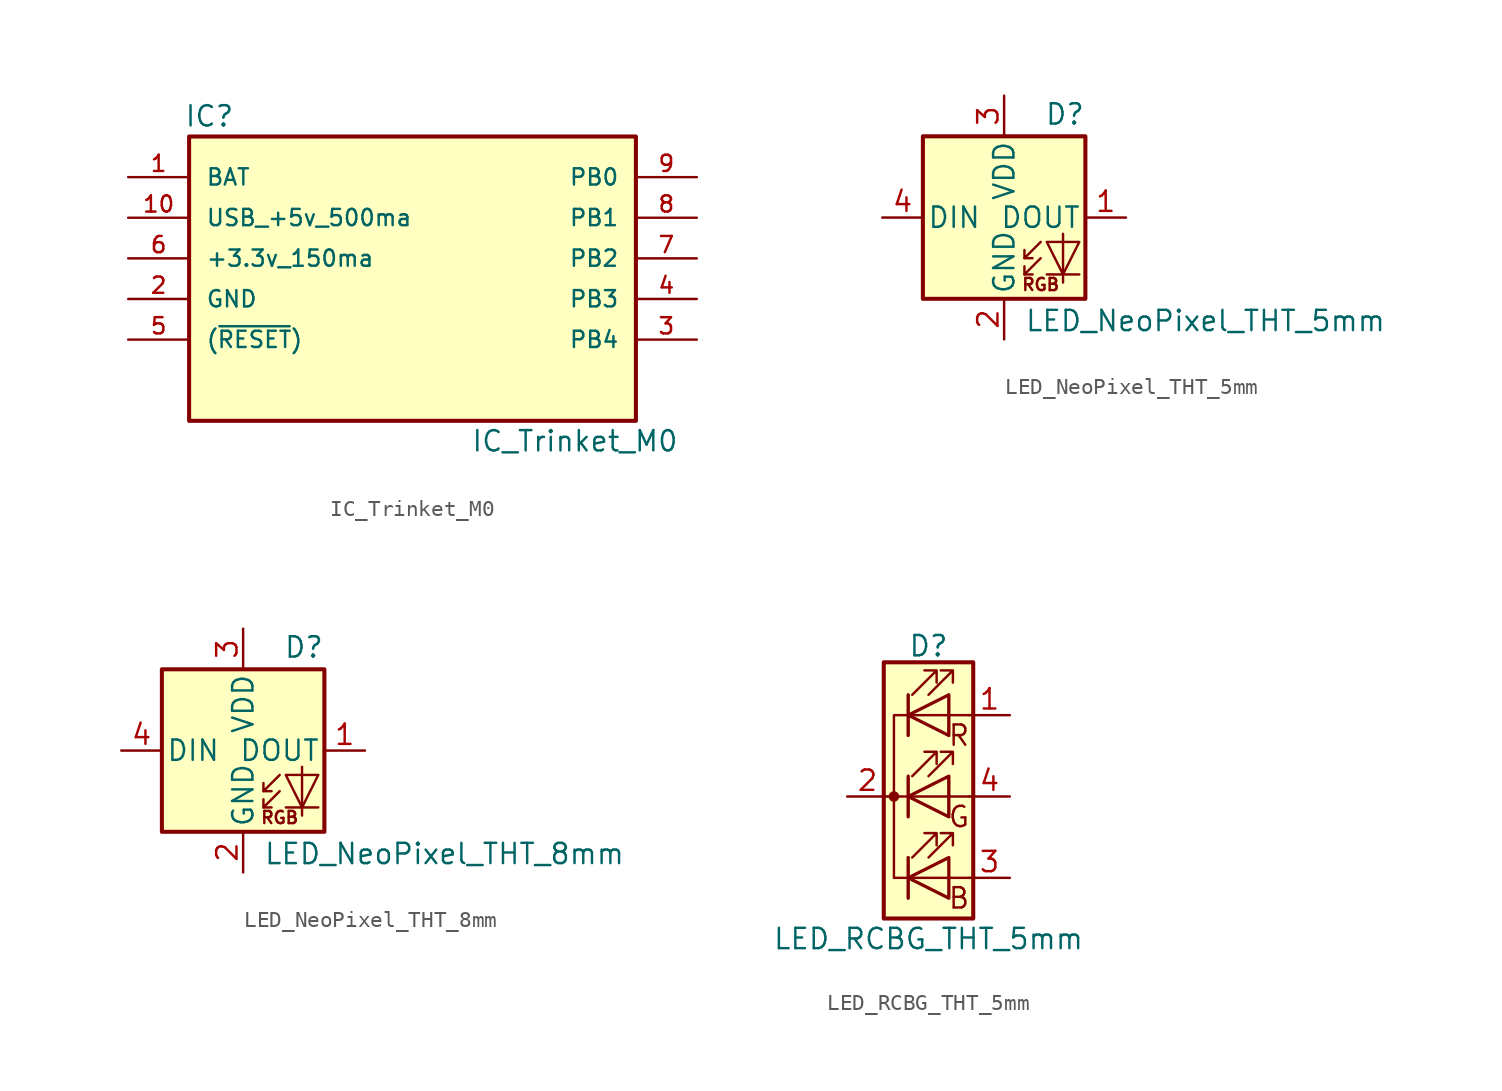
<source format=kicad_sym>
(kicad_symbol_lib
  (version 20211014)
  (generator kicad_symbol_editor)
  (symbol "IC_Trinket_M0"
    (pin_names
      (offset 1.016))
    (property "Reference" "IC"
      (at -12.7 10.16 0)
      (effects (font (size 1.27 1.27))))
    (property "Value" "IC_Trinket_M0"
      (at 10.16 -10.16 0)
      (effects (font (size 1.27 1.27))))
    (symbol "IC_Trinket_M0_0_1"
      (rectangle (start -13.97 8.89) (end 13.97 -8.89) (stroke (width 0.254) (type default) (color 0 0 0 0)) (fill (type background))))
    (symbol "IC_Trinket_M0_1_1"
      (pin power_in line (at -17.78 6.35 0) (length 3.81) (name "BAT" (effects (font (size 1.016 1.016)))) (number "1" (effects (font (size 1.016 1.016)))))
      (pin output line (at -17.78 3.81 0) (length 3.81) (name "USB_+5v_500ma" (effects (font (size 1.016 1.016)))) (number "10" (effects (font (size 1.016 1.016)))))
      (pin power_in line (at -17.78 -1.27 0) (length 3.81) (name "GND" (effects (font (size 1.016 1.016)))) (number "2" (effects (font (size 1.016 1.016)))))
      (pin bidirectional line (at 17.78 -3.81 180) (length 3.81) (name "PB4" (effects (font (size 1.016 1.016)))) (number "3" (effects (font (size 1.016 1.016)))))
      (pin bidirectional line (at 17.78 -1.27 180) (length 3.81) (name "PB3" (effects (font (size 1.016 1.016)))) (number "4" (effects (font (size 1.016 1.016)))))
      (pin input line (at -17.78 -3.81 0) (length 3.81) (name "(~{RESET})" (effects (font (size 1.016 1.016)))) (number "5" (effects (font (size 1.016 1.016)))))
      (pin output line (at -17.78 1.27 0) (length 3.81) (name "+3.3v_150ma" (effects (font (size 1.016 1.016)))) (number "6" (effects (font (size 1.016 1.016)))))
      (pin output line (at 17.78 1.27 180) (length 3.81) (name "PB2" (effects (font (size 1.016 1.016)))) (number "7" (effects (font (size 1.016 1.016)))))
      (pin bidirectional line (at 17.78 3.81 180) (length 3.81) (name "PB1" (effects (font (size 1.016 1.016)))) (number "8" (effects (font (size 1.016 1.016)))))
      (pin bidirectional line (at 17.78 6.35 180) (length 3.81) (name "PB0" (effects (font (size 1.016 1.016)))) (number "9" (effects (font (size 1.016 1.016)))))))
  (symbol "LED_NeoPixel_THT_5mm"
    (pin_names
      (offset 0.254))
    (property "Reference" "D"
      (at 5.08 5.715 0)
      (effects (font (size 1.27 1.27)) (justify right bottom)))
    (property "Value" "LED_NeoPixel_THT_5mm"
      (at 1.27 -5.715 0)
      (effects (font (size 1.27 1.27)) (justify left top)))
    (symbol "LED_NeoPixel_THT_5mm_0_0"
      (text "RGB" (at 2.286 -4.191 0) (effects (font (size 0.762 0.762)))))
    (symbol "LED_NeoPixel_THT_5mm_0_1"
      (polyline (pts (xy 1.27 -3.556) (xy 1.778 -3.556)) (stroke (width 0) (type default) (color 0 0 0 0)) (fill (type none)))
      (polyline (pts (xy 1.27 -2.54) (xy 1.778 -2.54)) (stroke (width 0) (type default) (color 0 0 0 0)) (fill (type none)))
      (polyline (pts (xy 4.699 -3.556) (xy 2.667 -3.556)) (stroke (width 0) (type default) (color 0 0 0 0)) (fill (type none)))
      (polyline (pts (xy 2.286 -2.54) (xy 1.27 -3.556) (xy 1.27 -3.048)) (stroke (width 0) (type default) (color 0 0 0 0)) (fill (type none)))
      (polyline (pts (xy 2.286 -1.524) (xy 1.27 -2.54) (xy 1.27 -2.032)) (stroke (width 0) (type default) (color 0 0 0 0)) (fill (type none)))
      (polyline (pts (xy 3.683 -1.016) (xy 3.683 -3.556) (xy 3.683 -4.064)) (stroke (width 0) (type default) (color 0 0 0 0)) (fill (type none)))
      (polyline (pts (xy 4.699 -1.524) (xy 2.667 -1.524) (xy 3.683 -3.556) (xy 4.699 -1.524)) (stroke (width 0) (type default) (color 0 0 0 0)) (fill (type none)))
      (rectangle (start 5.08 5.08) (end -5.08 -5.08) (stroke (width 0.254) (type default) (color 0 0 0 0)) (fill (type background))))
    (symbol "LED_NeoPixel_THT_5mm_1_1"
      (pin output line (at 7.62 0 180) (length 2.54) (name "DOUT" (effects (font (size 1.27 1.27)))) (number "1" (effects (font (size 1.27 1.27)))))
      (pin power_in line (at 0 -7.62 90) (length 2.54) (name "GND" (effects (font (size 1.27 1.27)))) (number "2" (effects (font (size 1.27 1.27)))))
      (pin power_in line (at 0 7.62 270) (length 2.54) (name "VDD" (effects (font (size 1.27 1.27)))) (number "3" (effects (font (size 1.27 1.27)))))
      (pin input line (at -7.62 0 0) (length 2.54) (name "DIN" (effects (font (size 1.27 1.27)))) (number "4" (effects (font (size 1.27 1.27)))))))
  (symbol "LED_NeoPixel_THT_8mm"
    (pin_names
      (offset 0.254))
    (property "Reference" "D"
      (at 5.08 5.715 0)
      (effects (font (size 1.27 1.27)) (justify right bottom)))
    (property "Value" "LED_NeoPixel_THT_8mm"
      (at 1.27 -5.715 0)
      (effects (font (size 1.27 1.27)) (justify left top)))
    (symbol "LED_NeoPixel_THT_8mm_0_0"
      (text "RGB" (at 2.286 -4.191 0) (effects (font (size 0.762 0.762)))))
    (symbol "LED_NeoPixel_THT_8mm_0_1"
      (polyline (pts (xy 1.27 -3.556) (xy 1.778 -3.556)) (stroke (width 0) (type default) (color 0 0 0 0)) (fill (type none)))
      (polyline (pts (xy 1.27 -2.54) (xy 1.778 -2.54)) (stroke (width 0) (type default) (color 0 0 0 0)) (fill (type none)))
      (polyline (pts (xy 4.699 -3.556) (xy 2.667 -3.556)) (stroke (width 0) (type default) (color 0 0 0 0)) (fill (type none)))
      (polyline (pts (xy 2.286 -2.54) (xy 1.27 -3.556) (xy 1.27 -3.048)) (stroke (width 0) (type default) (color 0 0 0 0)) (fill (type none)))
      (polyline (pts (xy 2.286 -1.524) (xy 1.27 -2.54) (xy 1.27 -2.032)) (stroke (width 0) (type default) (color 0 0 0 0)) (fill (type none)))
      (polyline (pts (xy 3.683 -1.016) (xy 3.683 -3.556) (xy 3.683 -4.064)) (stroke (width 0) (type default) (color 0 0 0 0)) (fill (type none)))
      (polyline (pts (xy 4.699 -1.524) (xy 2.667 -1.524) (xy 3.683 -3.556) (xy 4.699 -1.524)) (stroke (width 0) (type default) (color 0 0 0 0)) (fill (type none)))
      (rectangle (start 5.08 5.08) (end -5.08 -5.08) (stroke (width 0.254) (type default) (color 0 0 0 0)) (fill (type background))))
    (symbol "LED_NeoPixel_THT_8mm_1_1"
      (pin output line (at 7.62 0 180) (length 2.54) (name "DOUT" (effects (font (size 1.27 1.27)))) (number "1" (effects (font (size 1.27 1.27)))))
      (pin power_in line (at 0 -7.62 90) (length 2.54) (name "GND" (effects (font (size 1.27 1.27)))) (number "2" (effects (font (size 1.27 1.27)))))
      (pin power_in line (at 0 7.62 270) (length 2.54) (name "VDD" (effects (font (size 1.27 1.27)))) (number "3" (effects (font (size 1.27 1.27)))))
      (pin input line (at -7.62 0 0) (length 2.54) (name "DIN" (effects (font (size 1.27 1.27)))) (number "4" (effects (font (size 1.27 1.27)))))))
  (symbol "LED_RCBG_THT_5mm"
    (pin_names
      (offset 0) hide)
    (property "Reference" "D"
      (at 0 9.398 0)
      (effects (font (size 1.27 1.27))))
    (property "Value" "LED_RCBG_THT_5mm"
      (at 0 -8.89 0)
      (effects (font (size 1.27 1.27))))
    (symbol "LED_RCBG_THT_5mm_0_0"
      (text "B" (at 1.905 -6.35 0) (effects (font (size 1.27 1.27))))
      (text "G" (at 1.905 -1.27 0) (effects (font (size 1.27 1.27))))
      (text "R" (at 1.905 3.81 0) (effects (font (size 1.27 1.27)))))
    (symbol "LED_RCBG_THT_5mm_0_1"
      (circle (center -2.159 0) (radius 0.254) (stroke (width 0) (type default) (color 0 0 0 0)) (fill (type outline)))
      (polyline (pts (xy -1.27 -5.08) (xy 1.27 -5.08)) (stroke (width 0) (type default) (color 0 0 0 0)) (fill (type none)))
      (polyline (pts (xy -1.27 -3.81) (xy -1.27 -6.35)) (stroke (width 0) (type default) (color 0 0 0 0)) (fill (type none)))
      (polyline (pts (xy -1.27 -3.81) (xy -1.27 -6.35)) (stroke (width 0.203) (type default) (color 0 0 0 0)) (fill (type none)))
      (polyline (pts (xy -1.27 0) (xy -2.54 0)) (stroke (width 0) (type default) (color 0 0 0 0)) (fill (type none)))
      (polyline (pts (xy -1.27 1.27) (xy -1.27 -1.27)) (stroke (width 0.203) (type default) (color 0 0 0 0)) (fill (type none)))
      (polyline (pts (xy -1.27 5.08) (xy 1.27 5.08)) (stroke (width 0) (type default) (color 0 0 0 0)) (fill (type none)))
      (polyline (pts (xy -1.27 6.35) (xy -1.27 3.81)) (stroke (width 0.203) (type default) (color 0 0 0 0)) (fill (type none)))
      (polyline (pts (xy 1.27 -5.08) (xy 2.54 -5.08)) (stroke (width 0) (type default) (color 0 0 0 0)) (fill (type none)))
      (polyline (pts (xy 1.27 0) (xy -1.27 0)) (stroke (width 0) (type default) (color 0 0 0 0)) (fill (type none)))
      (polyline (pts (xy 1.27 0) (xy 2.54 0)) (stroke (width 0) (type default) (color 0 0 0 0)) (fill (type none)))
      (polyline (pts (xy 1.27 5.08) (xy 2.54 5.08)) (stroke (width 0) (type default) (color 0 0 0 0)) (fill (type none)))
      (polyline (pts (xy -1.27 1.27) (xy -1.27 -1.27) (xy -1.27 -1.27)) (stroke (width 0) (type default) (color 0 0 0 0)) (fill (type none)))
      (polyline (pts (xy -1.27 6.35) (xy -1.27 3.81) (xy -1.27 3.81)) (stroke (width 0) (type default) (color 0 0 0 0)) (fill (type none)))
      (polyline (pts (xy -1.27 5.08) (xy -2.159 5.08) (xy -2.159 -5.08) (xy -1.016 -5.08)) (stroke (width 0) (type default) (color 0 0 0 0)) (fill (type none)))
      (polyline (pts (xy 1.27 -3.81) (xy 1.27 -6.35) (xy -1.27 -5.08) (xy 1.27 -3.81)) (stroke (width 0.203) (type default) (color 0 0 0 0)) (fill (type none)))
      (polyline (pts (xy 1.27 1.27) (xy 1.27 -1.27) (xy -1.27 0) (xy 1.27 1.27)) (stroke (width 0.203) (type default) (color 0 0 0 0)) (fill (type none)))
      (polyline (pts (xy 1.27 6.35) (xy 1.27 3.81) (xy -1.27 5.08) (xy 1.27 6.35)) (stroke (width 0.203) (type default) (color 0 0 0 0)) (fill (type none)))
      (polyline (pts (xy -1.016 -3.81) (xy 0.508 -2.286) (xy -0.254 -2.286) (xy 0.508 -2.286) (xy 0.508 -3.048)) (stroke (width 0) (type default) (color 0 0 0 0)) (fill (type none)))
      (polyline (pts (xy -1.016 1.27) (xy 0.508 2.794) (xy -0.254 2.794) (xy 0.508 2.794) (xy 0.508 2.032)) (stroke (width 0) (type default) (color 0 0 0 0)) (fill (type none)))
      (polyline (pts (xy -1.016 6.35) (xy 0.508 7.874) (xy -0.254 7.874) (xy 0.508 7.874) (xy 0.508 7.112)) (stroke (width 0) (type default) (color 0 0 0 0)) (fill (type none)))
      (polyline (pts (xy 0 -3.81) (xy 1.524 -2.286) (xy 0.762 -2.286) (xy 1.524 -2.286) (xy 1.524 -3.048)) (stroke (width 0) (type default) (color 0 0 0 0)) (fill (type none)))
      (polyline (pts (xy 0 1.27) (xy 1.524 2.794) (xy 0.762 2.794) (xy 1.524 2.794) (xy 1.524 2.032)) (stroke (width 0) (type default) (color 0 0 0 0)) (fill (type none)))
      (polyline (pts (xy 0 6.35) (xy 1.524 7.874) (xy 0.762 7.874) (xy 1.524 7.874) (xy 1.524 7.112)) (stroke (width 0) (type default) (color 0 0 0 0)) (fill (type none)))
      (rectangle (start 1.27 -1.27) (end 1.27 1.27) (stroke (width 0) (type default) (color 0 0 0 0)) (fill (type none)))
      (rectangle (start 1.27 1.27) (end 1.27 1.27) (stroke (width 0) (type default) (color 0 0 0 0)) (fill (type none)))
      (rectangle (start 1.27 3.81) (end 1.27 6.35) (stroke (width 0) (type default) (color 0 0 0 0)) (fill (type none)))
      (rectangle (start 1.27 6.35) (end 1.27 6.35) (stroke (width 0) (type default) (color 0 0 0 0)) (fill (type none)))
      (rectangle (start 2.794 8.382) (end -2.794 -7.62) (stroke (width 0.254) (type default) (color 0 0 0 0)) (fill (type background))))
    (symbol "LED_RCBG_THT_5mm_1_1"
      (pin passive line (at 5.08 5.08 180) (length 2.54) (name "RA" (effects (font (size 1.27 1.27)))) (number "1" (effects (font (size 1.27 1.27)))))
      (pin passive line (at -5.08 0 0) (length 2.54) (name "K" (effects (font (size 1.27 1.27)))) (number "2" (effects (font (size 1.27 1.27)))))
      (pin passive line (at 5.08 -5.08 180) (length 2.54) (name "BA" (effects (font (size 1.27 1.27)))) (number "3" (effects (font (size 1.27 1.27)))))
      (pin passive line (at 5.08 0 180) (length 2.54) (name "GA" (effects (font (size 1.27 1.27)))) (number "4" (effects (font (size 1.27 1.27))))))))
</source>
